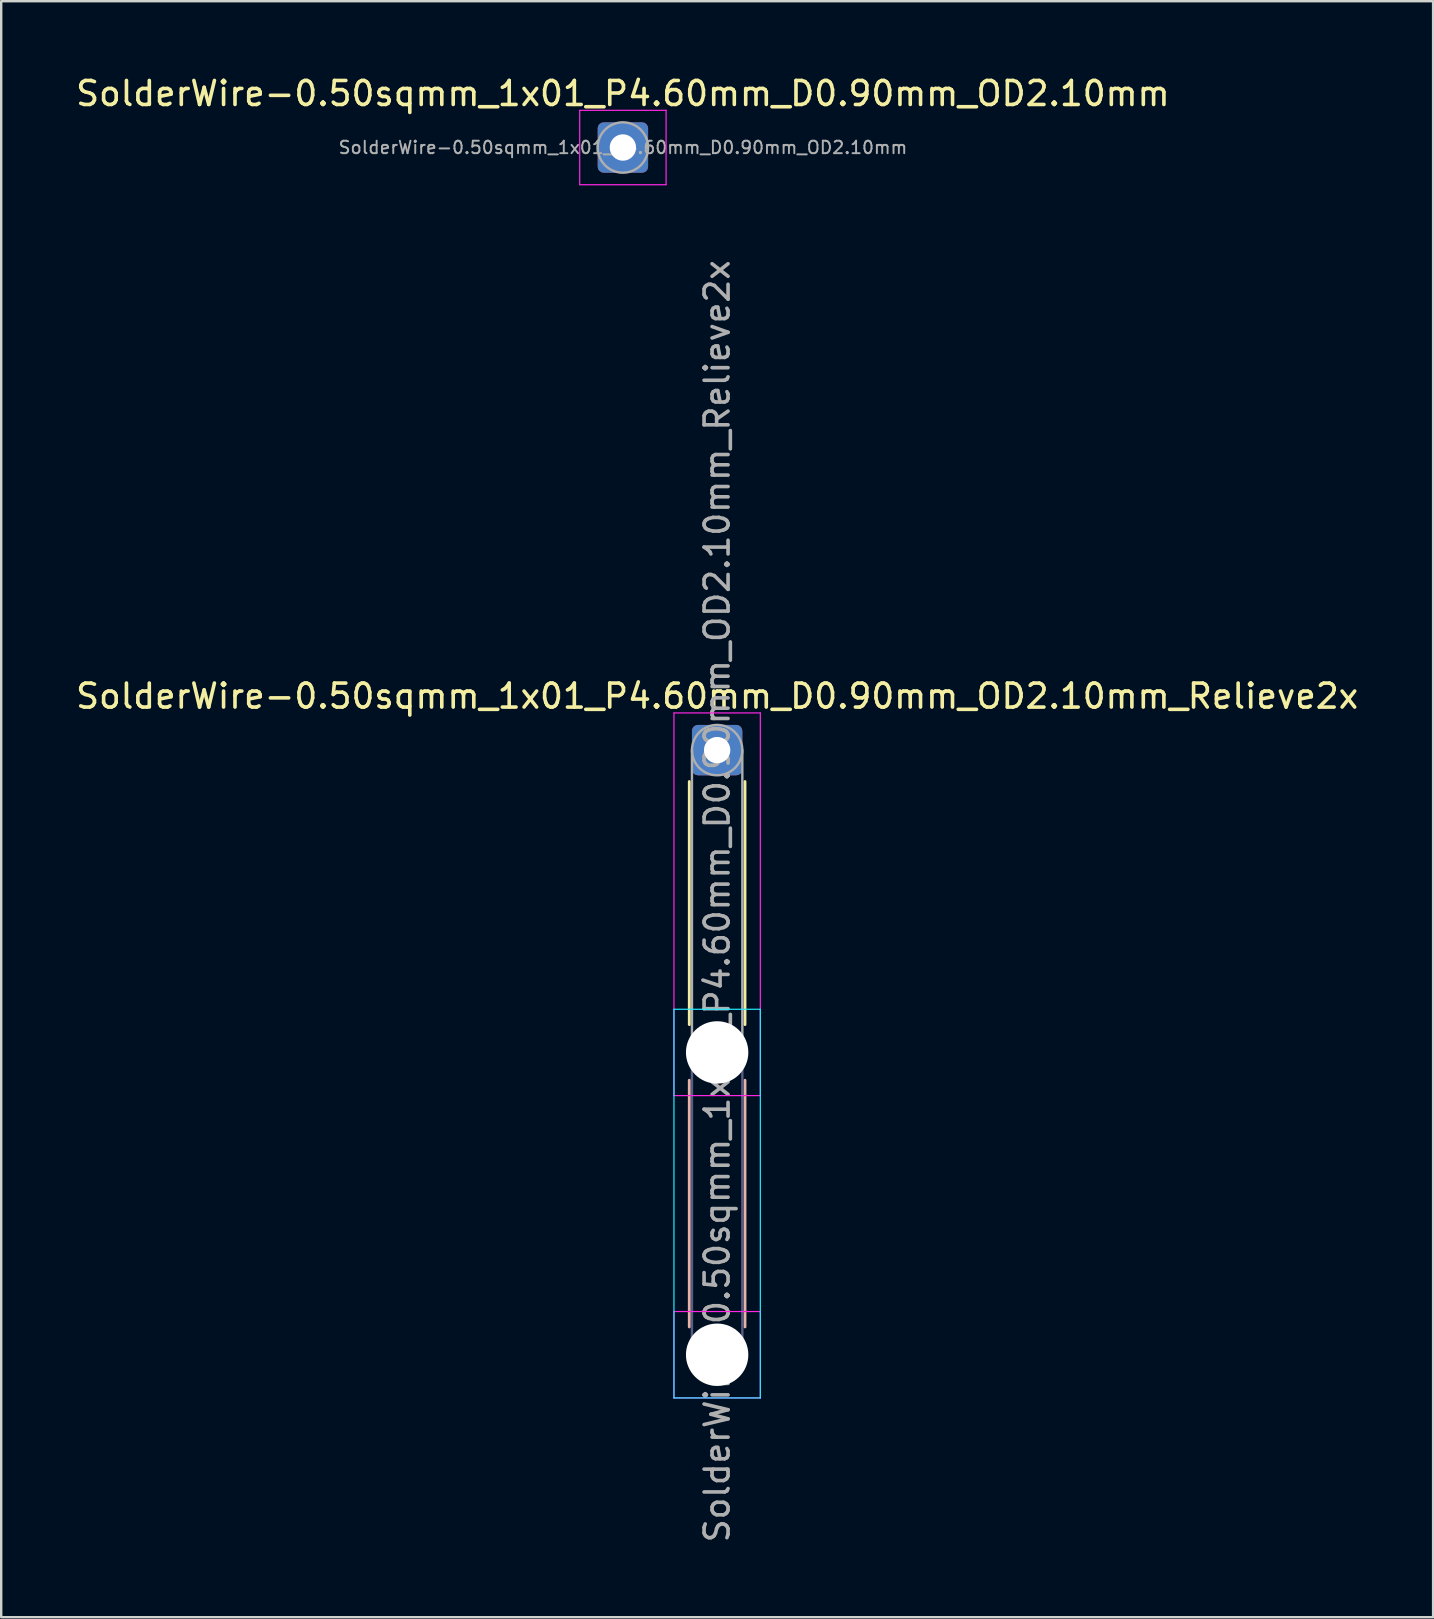
<source format=kicad_pcb>
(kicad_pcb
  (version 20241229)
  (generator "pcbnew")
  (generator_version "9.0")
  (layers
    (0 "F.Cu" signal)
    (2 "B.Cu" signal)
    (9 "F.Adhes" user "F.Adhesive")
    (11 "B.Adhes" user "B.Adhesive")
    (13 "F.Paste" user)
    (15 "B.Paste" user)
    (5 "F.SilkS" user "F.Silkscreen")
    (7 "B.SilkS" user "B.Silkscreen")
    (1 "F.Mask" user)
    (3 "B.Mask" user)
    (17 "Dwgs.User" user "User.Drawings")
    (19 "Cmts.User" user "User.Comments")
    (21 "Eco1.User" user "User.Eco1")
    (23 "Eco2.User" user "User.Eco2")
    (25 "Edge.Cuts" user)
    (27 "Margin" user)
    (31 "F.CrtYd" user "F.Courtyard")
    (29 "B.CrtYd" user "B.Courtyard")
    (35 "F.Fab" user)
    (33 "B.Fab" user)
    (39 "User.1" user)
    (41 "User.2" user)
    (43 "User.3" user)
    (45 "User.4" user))
  (footprint "SolderWire-0.50sqmm_1x01_P4.60mm_D0.90mm_OD2.10mm_Relieve2x"
    (layer "F.Cu")
    (at 26.839 28.213)
    (property "Reference" "SolderWire-0.50sqmm_1x01_P4.60mm_D0.90mm_OD2.10mm_Relieve2x" (at 0 -2.25 0) (layer "F.SilkS") (effects (font (size 1 1) (thickness 0.15))))
    (attr exclude_from_pos_files exclude_from_bom)
    (fp_line (start -1.16 1.31) (end -1.16 11.44) (stroke (width 0.12) (type solid)) (layer "F.SilkS"))
    (fp_line (start 1.16 1.31) (end 1.16 11.44) (stroke (width 0.12) (type solid)) (layer "F.SilkS"))
    (fp_line (start -1.16 13.76) (end -1.16 24.04) (stroke (width 0.12) (type solid)) (layer "B.SilkS"))
    (fp_line (start 1.16 13.76) (end 1.16 24.04) (stroke (width 0.12) (type solid)) (layer "B.SilkS"))
    (fp_line (start -1.8 10.8) (end -1.8 27) (stroke (width 0.05) (type solid)) (layer "B.CrtYd"))
    (fp_line (start -1.8 27) (end 1.8 27) (stroke (width 0.05) (type solid)) (layer "B.CrtYd"))
    (fp_line (start 1.8 10.8) (end -1.8 10.8) (stroke (width 0.05) (type solid)) (layer "B.CrtYd"))
    (fp_line (start 1.8 27) (end 1.8 10.8) (stroke (width 0.05) (type solid)) (layer "B.CrtYd"))
    (fp_line (start -1.8 -1.55) (end -1.8 14.4) (stroke (width 0.05) (type solid)) (layer "F.CrtYd"))
    (fp_line (start -1.8 14.4) (end 1.8 14.4) (stroke (width 0.05) (type solid)) (layer "F.CrtYd"))
    (fp_line (start -1.8 23.4) (end -1.8 27) (stroke (width 0.05) (type solid)) (layer "F.CrtYd"))
    (fp_line (start -1.8 27) (end 1.8 27) (stroke (width 0.05) (type solid)) (layer "F.CrtYd"))
    (fp_line (start 1.8 -1.55) (end -1.8 -1.55) (stroke (width 0.05) (type solid)) (layer "F.CrtYd"))
    (fp_line (start 1.8 14.4) (end 1.8 -1.55) (stroke (width 0.05) (type solid)) (layer "F.CrtYd"))
    (fp_line (start 1.8 23.4) (end -1.8 23.4) (stroke (width 0.05) (type solid)) (layer "F.CrtYd"))
    (fp_line (start 1.8 27) (end 1.8 23.4) (stroke (width 0.05) (type solid)) (layer "F.CrtYd"))
    (fp_line (start -1.05 12.6) (end -1.05 25.2) (stroke (width 0.1) (type solid)) (layer "B.Fab"))
    (fp_line (start 1.05 12.6) (end 1.05 25.2) (stroke (width 0.1) (type solid)) (layer "B.Fab"))
    (fp_circle (center 0 12.6) (end 1.05 12.6) (stroke (width 0.1) (type solid)) (fill no) (layer "B.Fab"))
    (fp_circle (center 0 25.2) (end 1.05 25.2) (stroke (width 0.1) (type solid)) (fill no) (layer "B.Fab"))
    (fp_line (start -1.05 0) (end -1.05 12.6) (stroke (width 0.1) (type solid)) (layer "F.Fab"))
    (fp_line (start 1.05 0) (end 1.05 12.6) (stroke (width 0.1) (type solid)) (layer "F.Fab"))
    (fp_circle (center 0 0) (end 1.05 0) (stroke (width 0.1) (type solid)) (fill no) (layer "F.Fab"))
    (fp_circle (center 0 12.6) (end 1.05 12.6) (stroke (width 0.1) (type solid)) (fill no) (layer "F.Fab"))
    (fp_circle (center 0 25.2) (end 1.05 25.2) (stroke (width 0.1) (type solid)) (fill no) (layer "F.Fab"))
    (fp_text user "${REFERENCE}" (at 0 6.3 90) (layer "F.Fab") (effects (font (size 1 1) (thickness 0.15))))
    (pad "" np_thru_hole circle (at 0 12.6) (size 2.6 2.6) (drill 2.6) (layers "*.Cu" "*.Mask"))
    (pad "" np_thru_hole circle (at 0 25.2) (size 2.6 2.6) (drill 2.6) (layers "*.Cu" "*.Mask"))
    (pad "1" thru_hole roundrect (at 0 0) (size 2.1 2.1) (drill 1.1) (layers "*.Cu" "*.Mask") (roundrect_rratio 0.119)))
  (footprint "SolderWire-0.50sqmm_1x01_P4.60mm_D0.90mm_OD2.10mm"
    (layer "F.Cu")
    (at 22.911 3.098)
    (property "Reference" "SolderWire-0.50sqmm_1x01_P4.60mm_D0.90mm_OD2.10mm" (at 0 -2.25 0) (layer "F.SilkS") (effects (font (size 1 1) (thickness 0.15))))
    (attr exclude_from_pos_files exclude_from_bom)
    (fp_line (start -1.8 -1.55) (end -1.8 1.55) (stroke (width 0.05) (type solid)) (layer "F.CrtYd"))
    (fp_line (start -1.8 1.55) (end 1.8 1.55) (stroke (width 0.05) (type solid)) (layer "F.CrtYd"))
    (fp_line (start 1.8 -1.55) (end -1.8 -1.55) (stroke (width 0.05) (type solid)) (layer "F.CrtYd"))
    (fp_line (start 1.8 1.55) (end 1.8 -1.55) (stroke (width 0.05) (type solid)) (layer "F.CrtYd"))
    (fp_circle (center 0 0) (end 1.05 0) (stroke (width 0.1) (type solid)) (fill no) (layer "F.Fab"))
    (fp_text user "${REFERENCE}" (at 0 0 0) (layer "F.Fab") (effects (font (size 0.52 0.52) (thickness 0.08))))
    (pad "1" thru_hole roundrect (at 0 0) (size 2.1 2.1) (drill 1.1) (layers "*.Cu" "*.Mask") (roundrect_rratio 0.119)))
  (gr_rect
    (start -3 -3)
    (end 56.679 64.352)
    (stroke (width 0.1) (type default))
    (fill no)
    (layer "Edge.Cuts")))
</source>
